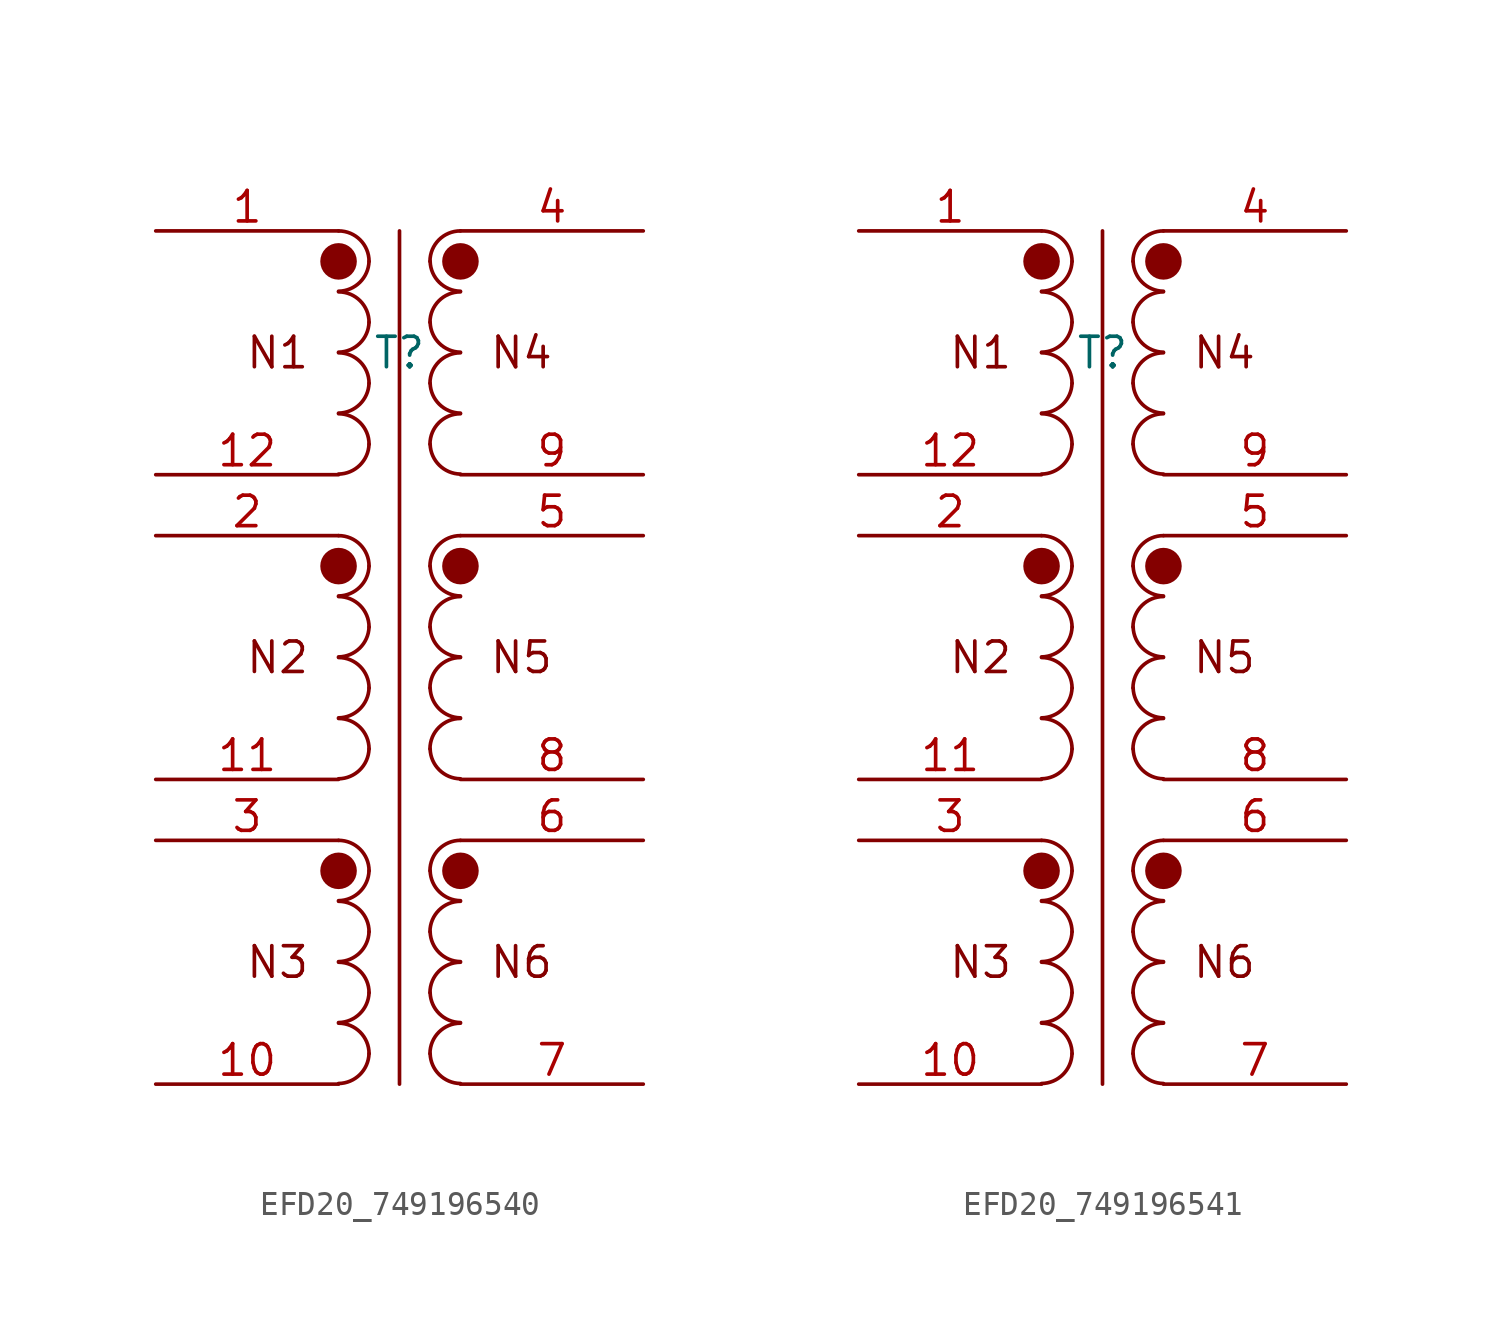
<source format=kicad_sym>
(kicad_symbol_lib
  (version 20220914)
  (generator kicad_symbol_editor)
  (symbol "EFD20_749196540"
    (pin_names hide)
    (property "Reference" "T"
      (at 0 12.7 0)
      (effects (font (size 1.27 1.27))))
    (property "Critical Parameter" ""
      (at 0 -5.08 0)
      (effects (font (size 1.27 1.27)) (justify left)))
    (symbol "EFD20_749196540_0_1"
      (arc (start -2.54 -17.7546) (mid -1.6561 -17.3863) (end -1.27 -16.51) (stroke (width 0) (type default)) (fill (type none)))
      (arc (start -2.54 -15.2146) (mid -1.6561 -14.8463) (end -1.27 -13.97) (stroke (width 0) (type default)) (fill (type none)))
      (arc (start -2.54 -12.6746) (mid -1.6561 -12.3063) (end -1.27 -11.43) (stroke (width 0) (type default)) (fill (type none)))
      (arc (start -2.54 -10.1346) (mid -1.6561 -9.7663) (end -1.27 -8.89) (stroke (width 0) (type default)) (fill (type none)))
      (arc (start -2.54 -5.0546) (mid -1.6561 -4.6863) (end -1.27 -3.81) (stroke (width 0) (type default)) (fill (type none)))
      (arc (start -2.54 -2.5146) (mid -1.6561 -2.1463) (end -1.27 -1.27) (stroke (width 0) (type default)) (fill (type none)))
      (arc (start -2.54 0.0254) (mid -1.6561 0.3937) (end -1.27 1.27) (stroke (width 0) (type default)) (fill (type none)))
      (arc (start -2.54 2.5654) (mid -1.6561 2.9337) (end -1.27 3.81) (stroke (width 0) (type default)) (fill (type none)))
      (arc (start -2.54 7.6454) (mid -1.6561 8.0137) (end -1.27 8.89) (stroke (width 0) (type default)) (fill (type none)))
      (arc (start -2.54 10.1854) (mid -1.6561 10.5537) (end -1.27 11.43) (stroke (width 0) (type default)) (fill (type none)))
      (arc (start -2.54 12.7254) (mid -1.6561 13.0937) (end -1.27 13.97) (stroke (width 0) (type default)) (fill (type none)))
      (arc (start -2.54 15.2654) (mid -1.6561 15.6337) (end -1.27 16.51) (stroke (width 0) (type default)) (fill (type none)))
      (arc (start -1.27 -16.51) (mid -1.642 -15.612) (end -2.54 -15.24) (stroke (width 0) (type default)) (fill (type none)))
      (arc (start -1.27 -13.97) (mid -1.642 -13.072) (end -2.54 -12.7) (stroke (width 0) (type default)) (fill (type none)))
      (arc (start -1.27 -11.43) (mid -1.642 -10.532) (end -2.54 -10.16) (stroke (width 0) (type default)) (fill (type none)))
      (arc (start -1.27 -8.89) (mid -1.642 -7.992) (end -2.54 -7.62) (stroke (width 0) (type default)) (fill (type none)))
      (arc (start -1.27 -3.81) (mid -1.642 -2.912) (end -2.54 -2.54) (stroke (width 0) (type default)) (fill (type none)))
      (arc (start -1.27 -1.27) (mid -1.642 -0.372) (end -2.54 0) (stroke (width 0) (type default)) (fill (type none)))
      (arc (start -1.27 1.27) (mid -1.642 2.168) (end -2.54 2.54) (stroke (width 0) (type default)) (fill (type none)))
      (arc (start -1.27 3.81) (mid -1.642 4.708) (end -2.54 5.08) (stroke (width 0) (type default)) (fill (type none)))
      (arc (start -1.27 8.89) (mid -1.642 9.788) (end -2.54 10.16) (stroke (width 0) (type default)) (fill (type none)))
      (arc (start -1.27 11.43) (mid -1.642 12.328) (end -2.54 12.7) (stroke (width 0) (type default)) (fill (type none)))
      (arc (start -1.27 13.97) (mid -1.642 14.868) (end -2.54 15.24) (stroke (width 0) (type default)) (fill (type none)))
      (arc (start -1.27 16.51) (mid -1.642 17.408) (end -2.54 17.78) (stroke (width 0) (type default)) (fill (type none)))
      (polyline (pts (xy 0 -17.78) (xy 0 17.78)) (stroke (width 0) (type default)) (fill (type none)))
      (arc (start 1.27 -16.51) (mid 1.6561 -17.3863) (end 2.54 -17.7546) (stroke (width 0) (type default)) (fill (type none)))
      (arc (start 1.27 -13.97) (mid 1.6561 -14.8463) (end 2.54 -15.2146) (stroke (width 0) (type default)) (fill (type none)))
      (arc (start 1.27 -11.43) (mid 1.6561 -12.3063) (end 2.54 -12.6746) (stroke (width 0) (type default)) (fill (type none)))
      (arc (start 1.27 -8.89) (mid 1.6561 -9.7663) (end 2.54 -10.1346) (stroke (width 0) (type default)) (fill (type none)))
      (arc (start 1.27 -3.81) (mid 1.6561 -4.6863) (end 2.54 -5.0546) (stroke (width 0) (type default)) (fill (type none)))
      (arc (start 1.27 -1.27) (mid 1.6561 -2.1463) (end 2.54 -2.5146) (stroke (width 0) (type default)) (fill (type none)))
      (arc (start 1.27 1.27) (mid 1.6561 0.3937) (end 2.54 0.0254) (stroke (width 0) (type default)) (fill (type none)))
      (arc (start 1.27 3.81) (mid 1.6561 2.9337) (end 2.54 2.5654) (stroke (width 0) (type default)) (fill (type none)))
      (arc (start 1.27 8.89) (mid 1.6561 8.0137) (end 2.54 7.6454) (stroke (width 0) (type default)) (fill (type none)))
      (arc (start 1.27 11.43) (mid 1.6561 10.5537) (end 2.54 10.1854) (stroke (width 0) (type default)) (fill (type none)))
      (arc (start 1.27 13.97) (mid 1.6561 13.0937) (end 2.54 12.7254) (stroke (width 0) (type default)) (fill (type none)))
      (arc (start 1.27 16.51) (mid 1.6561 15.6337) (end 2.54 15.2654) (stroke (width 0) (type default)) (fill (type none)))
      (arc (start 2.54 -15.24) (mid 1.642 -15.612) (end 1.27 -16.51) (stroke (width 0) (type default)) (fill (type none)))
      (arc (start 2.54 -12.7) (mid 1.642 -13.072) (end 1.27 -13.97) (stroke (width 0) (type default)) (fill (type none)))
      (arc (start 2.54 -10.16) (mid 1.642 -10.532) (end 1.27 -11.43) (stroke (width 0) (type default)) (fill (type none)))
      (arc (start 2.54 -7.62) (mid 1.642 -7.992) (end 1.27 -8.89) (stroke (width 0) (type default)) (fill (type none)))
      (arc (start 2.54 -2.54) (mid 1.642 -2.912) (end 1.27 -3.81) (stroke (width 0) (type default)) (fill (type none)))
      (arc (start 2.54 0) (mid 1.642 -0.372) (end 1.27 -1.27) (stroke (width 0) (type default)) (fill (type none)))
      (arc (start 2.54 2.54) (mid 1.642 2.168) (end 1.27 1.27) (stroke (width 0) (type default)) (fill (type none)))
      (arc (start 2.54 5.08) (mid 1.642 4.708) (end 1.27 3.81) (stroke (width 0) (type default)) (fill (type none)))
      (arc (start 2.54 10.16) (mid 1.642 9.788) (end 1.27 8.89) (stroke (width 0) (type default)) (fill (type none)))
      (arc (start 2.54 12.7) (mid 1.642 12.328) (end 1.27 11.43) (stroke (width 0) (type default)) (fill (type none)))
      (arc (start 2.54 15.24) (mid 1.642 14.868) (end 1.27 13.97) (stroke (width 0) (type default)) (fill (type none)))
      (arc (start 2.54 17.78) (mid 1.642 17.408) (end 1.27 16.51) (stroke (width 0) (type default)) (fill (type none))))
    (symbol "EFD20_749196540_1_1"
      (circle (center -2.54 -8.89) (radius 0.0001) (stroke (width 0.762) (type default)) (fill (type none)))
      (circle (center -2.54 3.81) (radius 0.0001) (stroke (width 0.762) (type default)) (fill (type none)))
      (circle (center -2.54 16.51) (radius 0.0001) (stroke (width 0.762) (type default)) (fill (type none)))
      (circle (center 2.54 -8.89) (radius 0.0001) (stroke (width 0.762) (type default)) (fill (type none)))
      (circle (center 2.54 3.81) (radius 0.0001) (stroke (width 0.762) (type default)) (fill (type none)))
      (circle (center 2.54 16.51) (radius 0.0001) (stroke (width 0.762) (type default)) (fill (type none)))
      (text "N1" (at -5.08 12.7 0) (effects (font (size 1.27 1.27))))
      (text "N2" (at -5.08 0 0) (effects (font (size 1.27 1.27))))
      (text "N3" (at -5.08 -12.7 0) (effects (font (size 1.27 1.27))))
      (text "N4" (at 5.08 12.7 0) (effects (font (size 1.27 1.27))))
      (text "N5" (at 5.08 0 0) (effects (font (size 1.27 1.27))))
      (text "N6" (at 5.08 -12.7 0) (effects (font (size 1.27 1.27))))
      (pin passive line (at -10.16 17.78 0) (length 7.62) (name "1" (effects (font (size 1.27 1.27)))) (number "1" (effects (font (size 1.27 1.27)))))
      (pin passive line (at -10.16 7.62 0) (length 7.62) (name "12" (effects (font (size 1.27 1.27)))) (number "12" (effects (font (size 1.27 1.27)))))
      (pin passive line (at -10.16 5.08 0) (length 7.62) (name "2" (effects (font (size 1.27 1.27)))) (number "2" (effects (font (size 1.27 1.27)))))
      (pin passive line (at -10.16 -5.08 0) (length 7.62) (name "11" (effects (font (size 1.27 1.27)))) (number "11" (effects (font (size 1.27 1.27)))))
      (pin passive line (at -10.16 -7.62 0) (length 7.62) (name "3" (effects (font (size 1.27 1.27)))) (number "3" (effects (font (size 1.27 1.27)))))
      (pin passive line (at -10.16 -17.78 0) (length 7.62) (name "10" (effects (font (size 1.27 1.27)))) (number "10" (effects (font (size 1.27 1.27)))))
      (pin passive line (at 10.16 -17.78 180) (length 7.62) (name "7" (effects (font (size 1.27 1.27)))) (number "7" (effects (font (size 1.27 1.27)))))
      (pin passive line (at 10.16 -7.62 180) (length 7.62) (name "6" (effects (font (size 1.27 1.27)))) (number "6" (effects (font (size 1.27 1.27)))))
      (pin passive line (at 10.16 -5.08 180) (length 7.62) (name "8" (effects (font (size 1.27 1.27)))) (number "8" (effects (font (size 1.27 1.27)))))
      (pin passive line (at 10.16 5.08 180) (length 7.62) (name "5" (effects (font (size 1.27 1.27)))) (number "5" (effects (font (size 1.27 1.27)))))
      (pin passive line (at 10.16 7.62 180) (length 7.62) (name "9" (effects (font (size 1.27 1.27)))) (number "9" (effects (font (size 1.27 1.27)))))
      (pin passive line (at 10.16 17.78 180) (length 7.62) (name "4" (effects (font (size 1.27 1.27)))) (number "4" (effects (font (size 1.27 1.27)))))))
  (symbol "EFD20_749196541"
    (pin_names hide)
    (property "Reference" "T"
      (at 0 12.7 0)
      (effects (font (size 1.27 1.27))))
    (property "Critical Parameter" ""
      (at 0 -5.08 0)
      (effects (font (size 1.27 1.27)) (justify left)))
    (symbol "EFD20_749196541_0_1"
      (arc (start -2.54 -17.7546) (mid -1.6561 -17.3863) (end -1.27 -16.51) (stroke (width 0) (type default)) (fill (type none)))
      (arc (start -2.54 -15.2146) (mid -1.6561 -14.8463) (end -1.27 -13.97) (stroke (width 0) (type default)) (fill (type none)))
      (arc (start -2.54 -12.6746) (mid -1.6561 -12.3063) (end -1.27 -11.43) (stroke (width 0) (type default)) (fill (type none)))
      (arc (start -2.54 -10.1346) (mid -1.6561 -9.7663) (end -1.27 -8.89) (stroke (width 0) (type default)) (fill (type none)))
      (arc (start -2.54 -5.0546) (mid -1.6561 -4.6863) (end -1.27 -3.81) (stroke (width 0) (type default)) (fill (type none)))
      (arc (start -2.54 -2.5146) (mid -1.6561 -2.1463) (end -1.27 -1.27) (stroke (width 0) (type default)) (fill (type none)))
      (arc (start -2.54 0.0254) (mid -1.6561 0.3937) (end -1.27 1.27) (stroke (width 0) (type default)) (fill (type none)))
      (arc (start -2.54 2.5654) (mid -1.6561 2.9337) (end -1.27 3.81) (stroke (width 0) (type default)) (fill (type none)))
      (arc (start -2.54 7.6454) (mid -1.6561 8.0137) (end -1.27 8.89) (stroke (width 0) (type default)) (fill (type none)))
      (arc (start -2.54 10.1854) (mid -1.6561 10.5537) (end -1.27 11.43) (stroke (width 0) (type default)) (fill (type none)))
      (arc (start -2.54 12.7254) (mid -1.6561 13.0937) (end -1.27 13.97) (stroke (width 0) (type default)) (fill (type none)))
      (arc (start -2.54 15.2654) (mid -1.6561 15.6337) (end -1.27 16.51) (stroke (width 0) (type default)) (fill (type none)))
      (arc (start -1.27 -16.51) (mid -1.642 -15.612) (end -2.54 -15.24) (stroke (width 0) (type default)) (fill (type none)))
      (arc (start -1.27 -13.97) (mid -1.642 -13.072) (end -2.54 -12.7) (stroke (width 0) (type default)) (fill (type none)))
      (arc (start -1.27 -11.43) (mid -1.642 -10.532) (end -2.54 -10.16) (stroke (width 0) (type default)) (fill (type none)))
      (arc (start -1.27 -8.89) (mid -1.642 -7.992) (end -2.54 -7.62) (stroke (width 0) (type default)) (fill (type none)))
      (arc (start -1.27 -3.81) (mid -1.642 -2.912) (end -2.54 -2.54) (stroke (width 0) (type default)) (fill (type none)))
      (arc (start -1.27 -1.27) (mid -1.642 -0.372) (end -2.54 0) (stroke (width 0) (type default)) (fill (type none)))
      (arc (start -1.27 1.27) (mid -1.642 2.168) (end -2.54 2.54) (stroke (width 0) (type default)) (fill (type none)))
      (arc (start -1.27 3.81) (mid -1.642 4.708) (end -2.54 5.08) (stroke (width 0) (type default)) (fill (type none)))
      (arc (start -1.27 8.89) (mid -1.642 9.788) (end -2.54 10.16) (stroke (width 0) (type default)) (fill (type none)))
      (arc (start -1.27 11.43) (mid -1.642 12.328) (end -2.54 12.7) (stroke (width 0) (type default)) (fill (type none)))
      (arc (start -1.27 13.97) (mid -1.642 14.868) (end -2.54 15.24) (stroke (width 0) (type default)) (fill (type none)))
      (arc (start -1.27 16.51) (mid -1.642 17.408) (end -2.54 17.78) (stroke (width 0) (type default)) (fill (type none)))
      (polyline (pts (xy 0 -17.78) (xy 0 17.78)) (stroke (width 0) (type default)) (fill (type none)))
      (arc (start 1.27 -16.51) (mid 1.6561 -17.3863) (end 2.54 -17.7546) (stroke (width 0) (type default)) (fill (type none)))
      (arc (start 1.27 -13.97) (mid 1.6561 -14.8463) (end 2.54 -15.2146) (stroke (width 0) (type default)) (fill (type none)))
      (arc (start 1.27 -11.43) (mid 1.6561 -12.3063) (end 2.54 -12.6746) (stroke (width 0) (type default)) (fill (type none)))
      (arc (start 1.27 -8.89) (mid 1.6561 -9.7663) (end 2.54 -10.1346) (stroke (width 0) (type default)) (fill (type none)))
      (arc (start 1.27 -3.81) (mid 1.6561 -4.6863) (end 2.54 -5.0546) (stroke (width 0) (type default)) (fill (type none)))
      (arc (start 1.27 -1.27) (mid 1.6561 -2.1463) (end 2.54 -2.5146) (stroke (width 0) (type default)) (fill (type none)))
      (arc (start 1.27 1.27) (mid 1.6561 0.3937) (end 2.54 0.0254) (stroke (width 0) (type default)) (fill (type none)))
      (arc (start 1.27 3.81) (mid 1.6561 2.9337) (end 2.54 2.5654) (stroke (width 0) (type default)) (fill (type none)))
      (arc (start 1.27 8.89) (mid 1.6561 8.0137) (end 2.54 7.6454) (stroke (width 0) (type default)) (fill (type none)))
      (arc (start 1.27 11.43) (mid 1.6561 10.5537) (end 2.54 10.1854) (stroke (width 0) (type default)) (fill (type none)))
      (arc (start 1.27 13.97) (mid 1.6561 13.0937) (end 2.54 12.7254) (stroke (width 0) (type default)) (fill (type none)))
      (arc (start 1.27 16.51) (mid 1.6561 15.6337) (end 2.54 15.2654) (stroke (width 0) (type default)) (fill (type none)))
      (arc (start 2.54 -15.24) (mid 1.642 -15.612) (end 1.27 -16.51) (stroke (width 0) (type default)) (fill (type none)))
      (arc (start 2.54 -12.7) (mid 1.642 -13.072) (end 1.27 -13.97) (stroke (width 0) (type default)) (fill (type none)))
      (arc (start 2.54 -10.16) (mid 1.642 -10.532) (end 1.27 -11.43) (stroke (width 0) (type default)) (fill (type none)))
      (arc (start 2.54 -7.62) (mid 1.642 -7.992) (end 1.27 -8.89) (stroke (width 0) (type default)) (fill (type none)))
      (arc (start 2.54 -2.54) (mid 1.642 -2.912) (end 1.27 -3.81) (stroke (width 0) (type default)) (fill (type none)))
      (arc (start 2.54 0) (mid 1.642 -0.372) (end 1.27 -1.27) (stroke (width 0) (type default)) (fill (type none)))
      (arc (start 2.54 2.54) (mid 1.642 2.168) (end 1.27 1.27) (stroke (width 0) (type default)) (fill (type none)))
      (arc (start 2.54 5.08) (mid 1.642 4.708) (end 1.27 3.81) (stroke (width 0) (type default)) (fill (type none)))
      (arc (start 2.54 10.16) (mid 1.642 9.788) (end 1.27 8.89) (stroke (width 0) (type default)) (fill (type none)))
      (arc (start 2.54 12.7) (mid 1.642 12.328) (end 1.27 11.43) (stroke (width 0) (type default)) (fill (type none)))
      (arc (start 2.54 15.24) (mid 1.642 14.868) (end 1.27 13.97) (stroke (width 0) (type default)) (fill (type none)))
      (arc (start 2.54 17.78) (mid 1.642 17.408) (end 1.27 16.51) (stroke (width 0) (type default)) (fill (type none))))
    (symbol "EFD20_749196541_1_1"
      (circle (center -2.54 -8.89) (radius 0.0001) (stroke (width 0.762) (type default)) (fill (type none)))
      (circle (center -2.54 3.81) (radius 0.0001) (stroke (width 0.762) (type default)) (fill (type none)))
      (circle (center -2.54 16.51) (radius 0.0001) (stroke (width 0.762) (type default)) (fill (type none)))
      (circle (center 2.54 -8.89) (radius 0.0001) (stroke (width 0.762) (type default)) (fill (type none)))
      (circle (center 2.54 3.81) (radius 0.0001) (stroke (width 0.762) (type default)) (fill (type none)))
      (circle (center 2.54 16.51) (radius 0.0001) (stroke (width 0.762) (type default)) (fill (type none)))
      (text "N1" (at -5.08 12.7 0) (effects (font (size 1.27 1.27))))
      (text "N2" (at -5.08 0 0) (effects (font (size 1.27 1.27))))
      (text "N3" (at -5.08 -12.7 0) (effects (font (size 1.27 1.27))))
      (text "N4" (at 5.08 12.7 0) (effects (font (size 1.27 1.27))))
      (text "N5" (at 5.08 0 0) (effects (font (size 1.27 1.27))))
      (text "N6" (at 5.08 -12.7 0) (effects (font (size 1.27 1.27))))
      (pin passive line (at -10.16 17.78 0) (length 7.62) (name "1" (effects (font (size 1.27 1.27)))) (number "1" (effects (font (size 1.27 1.27)))))
      (pin passive line (at -10.16 7.62 0) (length 7.62) (name "12" (effects (font (size 1.27 1.27)))) (number "12" (effects (font (size 1.27 1.27)))))
      (pin passive line (at -10.16 5.08 0) (length 7.62) (name "2" (effects (font (size 1.27 1.27)))) (number "2" (effects (font (size 1.27 1.27)))))
      (pin passive line (at -10.16 -5.08 0) (length 7.62) (name "11" (effects (font (size 1.27 1.27)))) (number "11" (effects (font (size 1.27 1.27)))))
      (pin passive line (at -10.16 -7.62 0) (length 7.62) (name "3" (effects (font (size 1.27 1.27)))) (number "3" (effects (font (size 1.27 1.27)))))
      (pin passive line (at -10.16 -17.78 0) (length 7.62) (name "10" (effects (font (size 1.27 1.27)))) (number "10" (effects (font (size 1.27 1.27)))))
      (pin passive line (at 10.16 -17.78 180) (length 7.62) (name "7" (effects (font (size 1.27 1.27)))) (number "7" (effects (font (size 1.27 1.27)))))
      (pin passive line (at 10.16 -7.62 180) (length 7.62) (name "6" (effects (font (size 1.27 1.27)))) (number "6" (effects (font (size 1.27 1.27)))))
      (pin passive line (at 10.16 -5.08 180) (length 7.62) (name "8" (effects (font (size 1.27 1.27)))) (number "8" (effects (font (size 1.27 1.27)))))
      (pin passive line (at 10.16 5.08 180) (length 7.62) (name "5" (effects (font (size 1.27 1.27)))) (number "5" (effects (font (size 1.27 1.27)))))
      (pin passive line (at 10.16 7.62 180) (length 7.62) (name "9" (effects (font (size 1.27 1.27)))) (number "9" (effects (font (size 1.27 1.27)))))
      (pin passive line (at 10.16 17.78 180) (length 7.62) (name "4" (effects (font (size 1.27 1.27)))) (number "4" (effects (font (size 1.27 1.27))))))))
</source>
